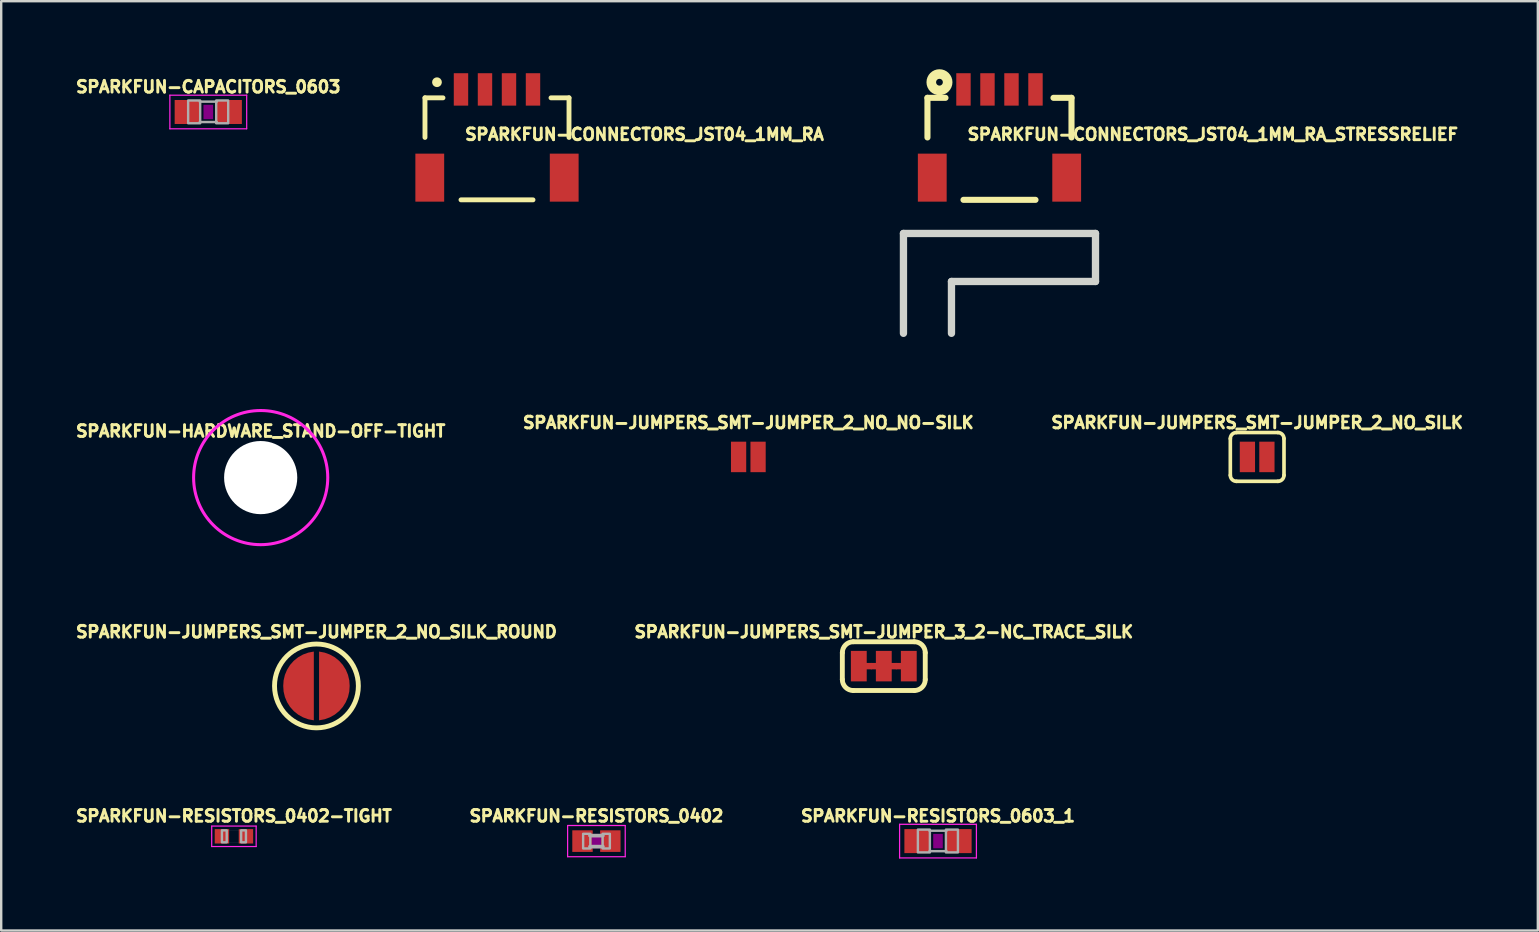
<source format=kicad_pcb>
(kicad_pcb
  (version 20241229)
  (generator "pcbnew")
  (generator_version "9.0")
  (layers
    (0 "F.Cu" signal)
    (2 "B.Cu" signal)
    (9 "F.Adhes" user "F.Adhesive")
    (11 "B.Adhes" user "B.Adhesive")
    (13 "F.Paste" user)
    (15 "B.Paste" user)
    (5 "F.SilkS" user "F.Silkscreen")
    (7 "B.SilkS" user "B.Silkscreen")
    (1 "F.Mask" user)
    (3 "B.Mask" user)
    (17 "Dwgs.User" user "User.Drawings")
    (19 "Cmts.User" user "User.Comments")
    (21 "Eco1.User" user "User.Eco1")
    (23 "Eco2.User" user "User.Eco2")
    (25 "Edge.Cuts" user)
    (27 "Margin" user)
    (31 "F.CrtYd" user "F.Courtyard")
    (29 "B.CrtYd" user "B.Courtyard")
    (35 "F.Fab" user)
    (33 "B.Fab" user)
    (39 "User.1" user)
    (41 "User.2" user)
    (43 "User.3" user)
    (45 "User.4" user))
  (footprint "SPARKFUN-CONNECTORS_JST04_1MM_RA_STRESSRELIEF"
    (layer "F.Cu")
    (at 38.585 0.675)
    (property "Reference" "SPARKFUN-CONNECTORS_JST04_1MM_RA_STRESSRELIEF" (at -1.397 2.159 0) (unlocked yes) (layer "F.SilkS") (effects (font (size 0.488 0.488) (thickness 0.122)) (justify left bottom)))
    (fp_line (start -3 0.35) (end -2.25 0.35) (stroke (width 0.254) (type solid)) (layer "F.SilkS"))
    (fp_line (start -3 2) (end -3 0.35) (stroke (width 0.254) (type solid)) (layer "F.SilkS"))
    (fp_line (start -1.5 4.6) (end 1.5 4.6) (stroke (width 0.254) (type solid)) (layer "F.SilkS"))
    (fp_line (start 2.25 0.35) (end 3 0.35) (stroke (width 0.254) (type solid)) (layer "F.SilkS"))
    (fp_line (start 3 0.35) (end 3 2) (stroke (width 0.254) (type solid)) (layer "F.SilkS"))
    (fp_circle (center -2.5 -0.3) (end -2.359 -0.3) (stroke (width 0.4) (type solid)) (fill no) (layer "F.SilkS"))
    (fp_line (start -4 6) (end -4 10.16) (stroke (width 0.305) (type solid)) (layer "Edge.Cuts"))
    (fp_line (start -2 8) (end 4 8) (stroke (width 0.305) (type solid)) (layer "Edge.Cuts"))
    (fp_line (start -2 10.16) (end -2 8) (stroke (width 0.305) (type solid)) (layer "Edge.Cuts"))
    (fp_line (start 4 6) (end -4 6) (stroke (width 0.305) (type solid)) (layer "Edge.Cuts"))
    (fp_line (start 4 8) (end 4 6) (stroke (width 0.305) (type solid)) (layer "Edge.Cuts"))
    (pad "1" smd rect (at -1.5 0) (size 0.6 1.35) (layers "F.Cu" "F.Mask" "F.Paste"))
    (pad "2" smd rect (at -0.5 0) (size 0.6 1.35) (layers "F.Cu" "F.Mask" "F.Paste"))
    (pad "3" smd rect (at 0.5 0) (size 0.6 1.35) (layers "F.Cu" "F.Mask" "F.Paste"))
    (pad "4" smd rect (at 1.5 0) (size 0.6 1.35) (layers "F.Cu" "F.Mask" "F.Paste"))
    (pad "NC1" smd rect (at 2.8 3.675) (size 1.2 2) (layers "F.Cu" "F.Mask" "F.Paste"))
    (pad "NC2" smd rect (at -2.8 3.675) (size 1.2 2) (layers "F.Cu" "F.Mask" "F.Paste")))
  (footprint "SPARKFUN-HARDWARE_STAND-OFF-TIGHT"
    (layer "F.Cu")
    (at 7.809 16.845)
    (property "Reference" "SPARKFUN-HARDWARE_STAND-OFF-TIGHT" (at 0 -1.651 0) (unlocked yes) (layer "F.SilkS") (effects (font (size 0.488 0.488) (thickness 0.122)) (justify bottom)))
    (fp_circle (center 0 0) (end 2.794 0) (stroke (width 0.127) (type solid)) (fill no) (layer "F.CrtYd"))
    (pad "" np_thru_hole circle (at 0 0) (size 3.048 3.048) (drill 3.048) (layers "*.Cu" "*.Mask")))
  (footprint "SPARKFUN-CONNECTORS_JST04_1MM_RA"
    (layer "F.Cu")
    (at 17.653 0.675)
    (property "Reference" "SPARKFUN-CONNECTORS_JST04_1MM_RA" (at -1.397 2.159 0) (unlocked yes) (layer "F.SilkS") (effects (font (size 0.488 0.488) (thickness 0.122)) (justify left bottom)))
    (fp_line (start -3 0.35) (end -2.25 0.35) (stroke (width 0.203) (type solid)) (layer "F.SilkS"))
    (fp_line (start -3 2) (end -3 0.35) (stroke (width 0.203) (type solid)) (layer "F.SilkS"))
    (fp_line (start -1.5 4.6) (end 1.5 4.6) (stroke (width 0.203) (type solid)) (layer "F.SilkS"))
    (fp_line (start 2.25 0.35) (end 3 0.35) (stroke (width 0.203) (type solid)) (layer "F.SilkS"))
    (fp_line (start 3 0.35) (end 3 2) (stroke (width 0.203) (type solid)) (layer "F.SilkS"))
    (fp_circle (center -2.5 -0.3) (end -2.398 -0.3) (stroke (width 0.203) (type solid)) (fill no) (layer "F.SilkS"))
    (pad "1" smd rect (at -1.5 0) (size 0.6 1.35) (layers "F.Cu" "F.Mask" "F.Paste"))
    (pad "2" smd rect (at -0.5 0) (size 0.6 1.35) (layers "F.Cu" "F.Mask" "F.Paste"))
    (pad "3" smd rect (at 0.5 0) (size 0.6 1.35) (layers "F.Cu" "F.Mask" "F.Paste"))
    (pad "4" smd rect (at 1.5 0) (size 0.6 1.35) (layers "F.Cu" "F.Mask" "F.Paste"))
    (pad "NC1" smd rect (at 2.8 3.675) (size 1.2 2) (layers "F.Cu" "F.Mask" "F.Paste"))
    (pad "NC2" smd rect (at -2.8 3.675) (size 1.2 2) (layers "F.Cu" "F.Mask" "F.Paste")))
  (footprint "SPARKFUN-RESISTORS_0402-TIGHT"
    (layer "F.Cu")
    (at 6.695 31.788)
    (property "Reference" "SPARKFUN-RESISTORS_0402-TIGHT" (at 0 -0.562 0) (unlocked yes) (layer "F.SilkS") (effects (font (size 0.488 0.488) (thickness 0.122)) (justify bottom)))
    (fp_line (start -0.926 -0.426) (end -0.926 0.426) (stroke (width 0.05) (type solid)) (layer "F.CrtYd"))
    (fp_line (start -0.926 0.426) (end 0.926 0.426) (stroke (width 0.05) (type solid)) (layer "F.CrtYd"))
    (fp_line (start 0.926 -0.426) (end -0.926 -0.426) (stroke (width 0.05) (type solid)) (layer "F.CrtYd"))
    (fp_line (start 0.926 0.426) (end 0.926 -0.426) (stroke (width 0.05) (type solid)) (layer "F.CrtYd"))
    (fp_line (start -0.5 -0.25) (end 0.5 -0.25) (stroke (width 0.003) (type solid)) (layer "F.Fab"))
    (fp_line (start -0.5 0.25) (end -0.5 -0.25) (stroke (width 0.003) (type solid)) (layer "F.Fab"))
    (fp_line (start 0.5 -0.25) (end 0.5 0.25) (stroke (width 0.003) (type solid)) (layer "F.Fab"))
    (fp_line (start 0.5 0.25) (end -0.5 0.25) (stroke (width 0.003) (type solid)) (layer "F.Fab"))
    (fp_poly (pts (xy -0.5 0.25) (xy -0.3 0.25) (xy -0.3 -0.25) (xy -0.5 -0.25)) (stroke (width 0.1) (type default)) (fill no) (layer "F.Fab"))
    (fp_poly (pts (xy 0.5 -0.25) (xy 0.3 -0.25) (xy 0.3 0.25) (xy 0.5 0.25)) (stroke (width 0.1) (type default)) (fill no) (layer "F.Fab"))
    (pad "1" smd rect (at -0.5 0) (size 0.6 0.6) (layers "F.Cu" "F.Mask" "F.Paste"))
    (pad "2" smd rect (at 0.5 0) (size 0.6 0.6) (layers "F.Cu" "F.Mask" "F.Paste")))
  (footprint "SPARKFUN-RESISTORS_0402"
    (layer "F.Cu")
    (at 21.795 31.988)
    (property "Reference" "SPARKFUN-RESISTORS_0402" (at 0 -0.762 0) (unlocked yes) (layer "F.SilkS") (effects (font (size 0.488 0.488) (thickness 0.122)) (justify bottom)))
    (fp_poly (pts (xy -0.2 0.3) (xy 0.2 0.3) (xy 0.2 -0.3) (xy -0.2 -0.3)) (stroke (width 0) (type default)) (fill yes) (layer "F.Adhes"))
    (fp_line (start -1.2 -0.65) (end 1.2 -0.65) (stroke (width 0.051) (type solid)) (layer "F.CrtYd"))
    (fp_line (start -1.2 0.65) (end -1.2 -0.65) (stroke (width 0.051) (type solid)) (layer "F.CrtYd"))
    (fp_line (start 1.2 -0.65) (end 1.2 0.65) (stroke (width 0.051) (type solid)) (layer "F.CrtYd"))
    (fp_line (start 1.2 0.65) (end -1.2 0.65) (stroke (width 0.051) (type solid)) (layer "F.CrtYd"))
    (fp_line (start -0.27 -0.229) (end 0.27 -0.229) (stroke (width 0.152) (type solid)) (layer "F.Fab"))
    (fp_line (start 0.27 0.229) (end -0.27 0.229) (stroke (width 0.152) (type solid)) (layer "F.Fab"))
    (fp_poly (pts (xy -0.554 0.305) (xy -0.254 0.305) (xy -0.254 -0.305) (xy -0.554 -0.305)) (stroke (width 0.1) (type default)) (fill no) (layer "F.Fab"))
    (fp_poly (pts (xy 0.259 0.305) (xy 0.559 0.305) (xy 0.559 -0.305) (xy 0.259 -0.305)) (stroke (width 0.1) (type default)) (fill no) (layer "F.Fab"))
    (pad "1" smd rect (at -0.58 0) (size 0.85 0.9) (layers "F.Cu" "F.Mask" "F.Paste"))
    (pad "2" smd rect (at 0.58 0) (size 0.85 0.9) (layers "F.Cu" "F.Mask" "F.Paste")))
  (footprint "SPARKFUN-JUMPERS_SMT-JUMPER_2_NO_SILK_ROUND"
    (layer "F.Cu")
    (at 10.132 25.524)
    (property "Reference" "SPARKFUN-JUMPERS_SMT-JUMPER_2_NO_SILK_ROUND" (at 0 -1.968 0) (unlocked yes) (layer "F.SilkS") (effects (font (size 0.488 0.488) (thickness 0.122)) (justify bottom)))
    (fp_poly (pts (xy -0.109 1.432) (xy -0.341 1.388) (xy -0.56 1.308) (xy -0.763 1.194) (xy -0.945 1.047) (xy -1.1 0.873) (xy -1.224 0.675) (xy -1.314 0.46) (xy -1.368 0.233) (xy -1.384 0) (xy -1.368 -0.233) (xy -1.314 -0.46) (xy -1.224 -0.675) (xy -1.1 -0.873) (xy -0.945 -1.047) (xy -0.763 -1.194) (xy -0.56 -1.308) (xy -0.341 -1.388) (xy -0.109 -1.432)) (stroke (width 0) (type default)) (fill yes) (layer "F.Cu"))
    (fp_poly (pts (xy 0.341 -1.388) (xy 0.56 -1.308) (xy 0.763 -1.194) (xy 0.945 -1.047) (xy 1.1 -0.873) (xy 1.224 -0.675) (xy 1.314 -0.46) (xy 1.368 -0.233) (xy 1.384 0) (xy 1.368 0.233) (xy 1.314 0.46) (xy 1.224 0.675) (xy 1.1 0.873) (xy 0.945 1.047) (xy 0.763 1.194) (xy 0.56 1.308) (xy 0.341 1.388) (xy 0.109 1.432) (xy 0.109 -1.432)) (stroke (width 0) (type default)) (fill yes) (layer "F.Cu"))
    (fp_poly (pts (xy 0.266 -1.507) (xy 0.524 -1.438) (xy 0.765 -1.326) (xy 0.984 -1.173) (xy 1.173 -0.984) (xy 1.326 -0.765) (xy 1.44 -0.519) (xy 1.531 -0.004) (xy 1.507 0.266) (xy 1.438 0.524) (xy 1.326 0.765) (xy 1.173 0.984) (xy 0.984 1.173) (xy 0.765 1.326) (xy 0.524 1.438) (xy 0.266 1.507) (xy 0 1.531) (xy -0.266 1.507) (xy -0.524 1.438) (xy -0.765 1.326) (xy -0.984 1.173) (xy -1.173 0.984) (xy -1.326 0.765) (xy -1.438 0.524) (xy -1.507 0.266) (xy -1.531 0) (xy -1.507 -0.266) (xy -1.438 -0.524) (xy -1.326 -0.765) (xy -1.173 -0.984) (xy -0.984 -1.173) (xy -0.765 -1.326) (xy -0.524 -1.438) (xy -0.266 -1.507) (xy 0 -1.531)) (stroke (width 0) (type default)) (fill yes) (layer "F.Mask"))
    (fp_circle (center 0 0) (end 1.746 0) (stroke (width 0.203) (type solid)) (fill no) (layer "F.SilkS"))
    (pad "1" smd roundrect (at -1.27 0 270) (size 0.305 0.152) (layers "F.Cu") (roundrect_rratio 0.1))
    (pad "2" smd roundrect (at 1.27 0 90) (size 0.305 0.152) (layers "F.Cu") (roundrect_rratio 0.1)))
  (footprint "SPARKFUN-JUMPERS_SMT-JUMPER_2_NO_SILK"
    (layer "F.Cu")
    (at 49.319 15.984)
    (property "Reference" "SPARKFUN-JUMPERS_SMT-JUMPER_2_NO_SILK" (at 0 -1.143 0) (unlocked yes) (layer "F.SilkS") (effects (font (size 0.488 0.488) (thickness 0.122)) (justify bottom)))
    (fp_line (start -1.118 0.762) (end -1.118 -0.762) (stroke (width 0.152) (type solid)) (layer "F.SilkS"))
    (fp_line (start -0.864 -1.016) (end 0.864 -1.016) (stroke (width 0.152) (type solid)) (layer "F.SilkS"))
    (fp_line (start 0.864 1.016) (end -0.864 1.016) (stroke (width 0.152) (type solid)) (layer "F.SilkS"))
    (fp_line (start 1.118 0.762) (end 1.118 -0.762) (stroke (width 0.152) (type solid)) (layer "F.SilkS"))
    (fp_arc (start -1.1176 -0.762) (mid -1.043205 -0.941605) (end -0.8636 -1.016) (stroke (width 0.1524) (type solid)) (layer "F.SilkS"))
    (fp_arc (start -0.8636 1.016) (mid -1.043205 0.941605) (end -1.1176 0.762) (stroke (width 0.1524) (type solid)) (layer "F.SilkS"))
    (fp_arc (start 0.8636 -1.016) (mid 1.043205 -0.941605) (end 1.1176 -0.762) (stroke (width 0.1524) (type solid)) (layer "F.SilkS"))
    (fp_arc (start 1.1176 0.762) (mid 1.043205 0.941605) (end 0.8636 1.016) (stroke (width 0.1524) (type solid)) (layer "F.SilkS"))
    (pad "1" smd rect (at -0.406 0) (size 0.635 1.27) (layers "F.Cu" "F.Mask"))
    (pad "2" smd rect (at 0.406 0) (size 0.635 1.27) (layers "F.Cu" "F.Mask")))
  (footprint "SPARKFUN-JUMPERS_SMT-JUMPER_3_2-NC_TRACE_SILK"
    (layer "F.Cu")
    (at 33.766 24.699)
    (property "Reference" "SPARKFUN-JUMPERS_SMT-JUMPER_3_2-NC_TRACE_SILK" (at 0 -1.143 0) (unlocked yes) (layer "F.SilkS") (effects (font (size 0.488 0.488) (thickness 0.122)) (justify bottom)))
    (fp_poly (pts (xy -0.502 0.133) (xy -1.238 0.133) (xy -1.238 -0.133) (xy -0.502 -0.133)) (stroke (width 0) (type default)) (fill yes) (layer "F.Cu"))
    (fp_poly (pts (xy 0.54 0.133) (xy -0.54 0.133) (xy -0.54 -0.133) (xy 0.54 -0.133)) (stroke (width 0) (type default)) (fill yes) (layer "F.Cu"))
    (fp_poly (pts (xy 1.238 0.133) (xy 0.502 0.133) (xy 0.502 -0.133) (xy 1.238 -0.133)) (stroke (width 0) (type default)) (fill yes) (layer "F.Cu"))
    (fp_poly (pts (xy -0.254 0.191) (xy -0.762 0.191) (xy -0.762 -0.191) (xy -0.254 -0.191)) (stroke (width 0) (type default)) (fill yes) (layer "F.Mask"))
    (fp_poly (pts (xy 0.762 0.191) (xy 0.254 0.191) (xy 0.254 -0.191) (xy 0.762 -0.191)) (stroke (width 0) (type default)) (fill yes) (layer "F.Mask"))
    (fp_line (start -1.727 0.559) (end -1.727 -0.559) (stroke (width 0.203) (type solid)) (layer "F.SilkS"))
    (fp_line (start -1.27 -1.016) (end 1.27 -1.016) (stroke (width 0.203) (type solid)) (layer "F.SilkS"))
    (fp_line (start 1.27 1.016) (end -1.27 1.016) (stroke (width 0.203) (type solid)) (layer "F.SilkS"))
    (fp_line (start 1.727 0.559) (end 1.727 -0.559) (stroke (width 0.203) (type solid)) (layer "F.SilkS"))
    (fp_arc (start -1.7272 -0.5588) (mid -1.593289 -0.882089) (end -1.27 -1.016) (stroke (width 0.2032) (type solid)) (layer "F.SilkS"))
    (fp_arc (start -1.27 1.016) (mid -1.593289 0.882089) (end -1.7272 0.5588) (stroke (width 0.2032) (type solid)) (layer "F.SilkS"))
    (fp_arc (start 1.27 -1.016) (mid 1.593289 -0.882089) (end 1.7272 -0.5588) (stroke (width 0.2032) (type solid)) (layer "F.SilkS"))
    (fp_arc (start 1.7272 0.5588) (mid 1.593289 0.882089) (end 1.27 1.016) (stroke (width 0.2032) (type solid)) (layer "F.SilkS"))
    (pad "1" smd rect (at -1.041 0) (size 0.66 1.27) (layers "F.Cu" "F.Mask"))
    (pad "2" smd rect (at 0 0) (size 0.66 1.27) (layers "F.Cu" "F.Mask"))
    (pad "3" smd rect (at 1.041 0) (size 0.66 1.27) (layers "F.Cu" "F.Mask")))
  (footprint "SPARKFUN-JUMPERS_SMT-JUMPER_2_NO_NO-SILK"
    (layer "F.Cu")
    (at 28.123 15.984)
    (property "Reference" "SPARKFUN-JUMPERS_SMT-JUMPER_2_NO_NO-SILK" (at 0 -1.143 0) (unlocked yes) (layer "F.SilkS") (effects (font (size 0.488 0.488) (thickness 0.122)) (justify bottom)))
    (pad "1" smd rect (at -0.406 0) (size 0.635 1.27) (layers "F.Cu" "F.Mask"))
    (pad "2" smd rect (at 0.406 0) (size 0.635 1.27) (layers "F.Cu" "F.Mask")))
  (footprint "SPARKFUN-CAPACITORS_0603"
    (layer "F.Cu")
    (at 5.626 1.615)
    (property "Reference" "SPARKFUN-CAPACITORS_0603" (at 0 -0.762 0) (unlocked yes) (layer "F.SilkS") (effects (font (size 0.488 0.488) (thickness 0.122)) (justify bottom)))
    (fp_poly (pts (xy -0.2 0.3) (xy 0.2 0.3) (xy 0.2 -0.3) (xy -0.2 -0.3)) (stroke (width 0) (type default)) (fill yes) (layer "F.Adhes"))
    (fp_line (start -1.6 -0.7) (end 1.6 -0.7) (stroke (width 0.051) (type solid)) (layer "F.CrtYd"))
    (fp_line (start -1.6 0.7) (end -1.6 -0.7) (stroke (width 0.051) (type solid)) (layer "F.CrtYd"))
    (fp_line (start 1.6 -0.7) (end 1.6 0.7) (stroke (width 0.051) (type solid)) (layer "F.CrtYd"))
    (fp_line (start 1.6 0.7) (end -1.6 0.7) (stroke (width 0.051) (type solid)) (layer "F.CrtYd"))
    (fp_line (start -0.356 -0.432) (end 0.356 -0.432) (stroke (width 0.102) (type solid)) (layer "F.Fab"))
    (fp_line (start -0.356 0.419) (end 0.356 0.419) (stroke (width 0.102) (type solid)) (layer "F.Fab"))
    (fp_poly (pts (xy -0.838 0.47) (xy -0.338 0.47) (xy -0.338 -0.48) (xy -0.838 -0.48)) (stroke (width 0.1) (type default)) (fill no) (layer "F.Fab"))
    (fp_poly (pts (xy 0.33 0.47) (xy 0.83 0.47) (xy 0.83 -0.48) (xy 0.33 -0.48)) (stroke (width 0.1) (type default)) (fill no) (layer "F.Fab"))
    (pad "1" smd rect (at -0.85 0) (size 1.1 1) (layers "F.Cu" "F.Mask" "F.Paste"))
    (pad "2" smd rect (at 0.85 0) (size 1.1 1) (layers "F.Cu" "F.Mask" "F.Paste")))
  (footprint "SPARKFUN-RESISTORS_0603_1"
    (layer "F.Cu")
    (at 36.024 31.988)
    (property "Reference" "SPARKFUN-RESISTORS_0603_1" (at 0 -0.762 0) (unlocked yes) (layer "F.SilkS") (effects (font (size 0.488 0.488) (thickness 0.122)) (justify bottom)))
    (fp_poly (pts (xy -0.2 0.3) (xy 0.2 0.3) (xy 0.2 -0.3) (xy -0.2 -0.3)) (stroke (width 0) (type default)) (fill yes) (layer "F.Adhes"))
    (fp_line (start -1.6 -0.7) (end 1.6 -0.7) (stroke (width 0.051) (type solid)) (layer "F.CrtYd"))
    (fp_line (start -1.6 0.7) (end -1.6 -0.7) (stroke (width 0.051) (type solid)) (layer "F.CrtYd"))
    (fp_line (start 1.6 -0.7) (end 1.6 0.7) (stroke (width 0.051) (type solid)) (layer "F.CrtYd"))
    (fp_line (start 1.6 0.7) (end -1.6 0.7) (stroke (width 0.051) (type solid)) (layer "F.CrtYd"))
    (fp_line (start -0.356 -0.432) (end 0.356 -0.432) (stroke (width 0.102) (type solid)) (layer "F.Fab"))
    (fp_line (start -0.356 0.419) (end 0.356 0.419) (stroke (width 0.102) (type solid)) (layer "F.Fab"))
    (fp_poly (pts (xy -0.838 0.47) (xy -0.338 0.47) (xy -0.338 -0.48) (xy -0.838 -0.48)) (stroke (width 0.1) (type default)) (fill no) (layer "F.Fab"))
    (fp_poly (pts (xy 0.33 0.47) (xy 0.83 0.47) (xy 0.83 -0.48) (xy 0.33 -0.48)) (stroke (width 0.1) (type default)) (fill no) (layer "F.Fab"))
    (pad "1" smd rect (at -0.85 0) (size 1.1 1) (layers "F.Cu" "F.Mask" "F.Paste"))
    (pad "2" smd rect (at 0.85 0) (size 1.1 1) (layers "F.Cu" "F.Mask" "F.Paste")))
  (gr_rect
    (start -3 -3)
    (end 61.011 35.713)
    (stroke (width 0.1) (type default))
    (fill no)
    (layer "Edge.Cuts")))
</source>
